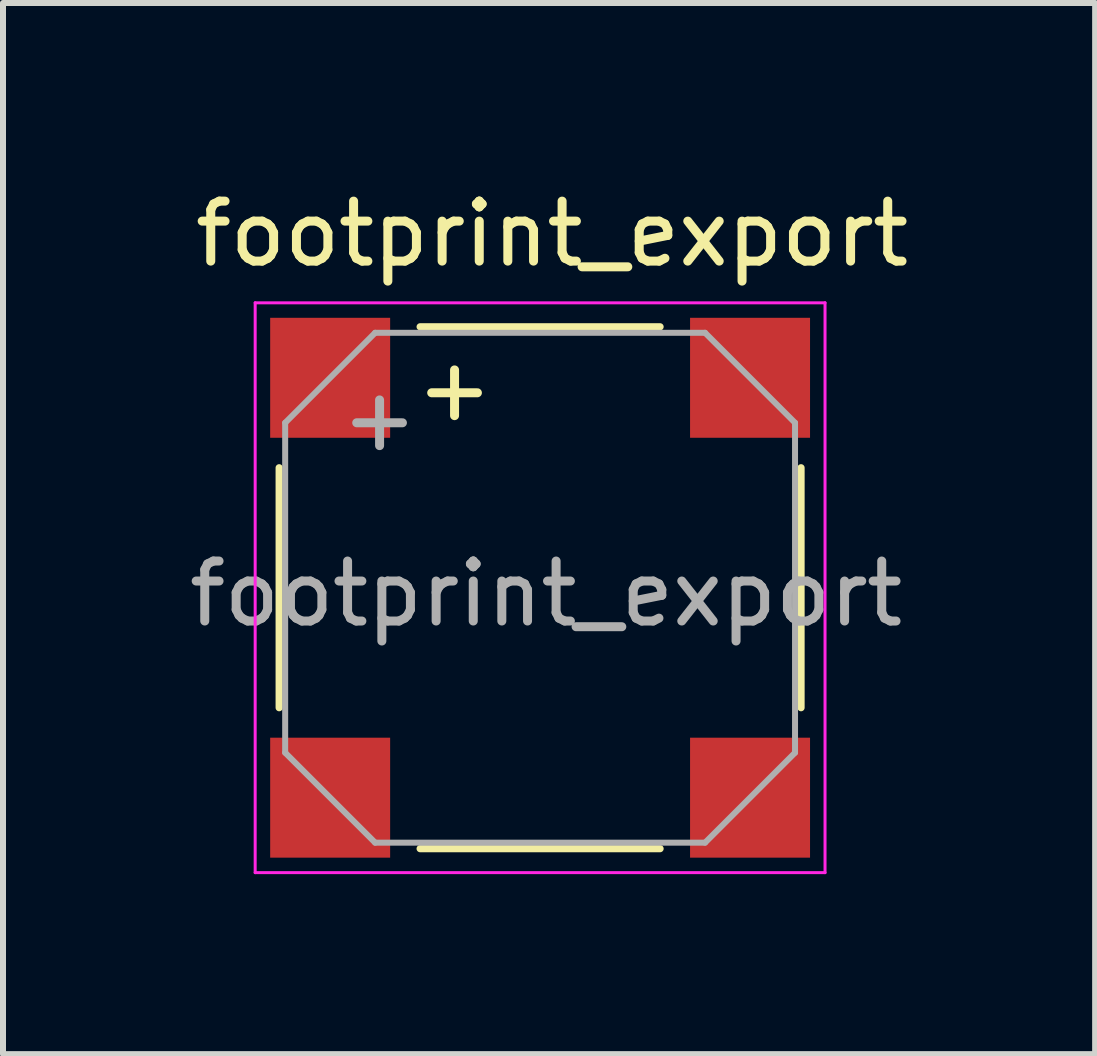
<source format=kicad_pcb>
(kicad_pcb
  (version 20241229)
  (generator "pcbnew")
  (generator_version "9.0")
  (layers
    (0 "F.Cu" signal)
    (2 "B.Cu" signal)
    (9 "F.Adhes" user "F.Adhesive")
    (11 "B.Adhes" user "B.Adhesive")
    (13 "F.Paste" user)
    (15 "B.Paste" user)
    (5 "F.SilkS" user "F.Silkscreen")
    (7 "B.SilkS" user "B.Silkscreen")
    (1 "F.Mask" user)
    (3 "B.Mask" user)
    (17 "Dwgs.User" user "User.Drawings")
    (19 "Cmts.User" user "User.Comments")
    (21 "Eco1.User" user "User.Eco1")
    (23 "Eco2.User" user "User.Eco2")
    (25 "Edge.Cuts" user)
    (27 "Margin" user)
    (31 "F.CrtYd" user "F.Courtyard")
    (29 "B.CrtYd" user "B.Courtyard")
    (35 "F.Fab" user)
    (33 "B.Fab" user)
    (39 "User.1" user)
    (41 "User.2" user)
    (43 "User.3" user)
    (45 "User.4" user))
  (footprint "footprint_export"
    (layer "F.Cu")
    (at 5.954 6.748)
    (property "Reference" "footprint_export" (at 0.2 -5.9 0) (layer "F.SilkS") (effects (font (size 1 1) (thickness 0.15))))
    (attr smd)
    (fp_line (start -4.35 -2) (end -4.35 2) (stroke (width 0.12) (type solid)) (layer "F.SilkS"))
    (fp_line (start -2 4.35) (end 2 4.35) (stroke (width 0.12) (type solid)) (layer "F.SilkS"))
    (fp_line (start 2 -4.35) (end -2 -4.35) (stroke (width 0.12) (type solid)) (layer "F.SilkS"))
    (fp_line (start 4.35 2) (end 4.35 -2) (stroke (width 0.12) (type solid)) (layer "F.SilkS"))
    (fp_line (start -4.75 -4.75) (end 4.75 -4.75) (stroke (width 0.05) (type solid)) (layer "F.CrtYd"))
    (fp_line (start -4.75 4.75) (end -4.75 -4.75) (stroke (width 0.05) (type solid)) (layer "F.CrtYd"))
    (fp_line (start 4.75 -4.75) (end 4.75 4.75) (stroke (width 0.05) (type solid)) (layer "F.CrtYd"))
    (fp_line (start 4.75 4.75) (end -4.75 4.75) (stroke (width 0.05) (type solid)) (layer "F.CrtYd"))
    (fp_line (start -4.25 -2.75) (end -2.75 -4.25) (stroke (width 0.1) (type solid)) (layer "F.Fab"))
    (fp_line (start -4.25 2.75) (end -4.25 -2.75) (stroke (width 0.1) (type solid)) (layer "F.Fab"))
    (fp_line (start -2.75 -4.25) (end 2.75 -4.25) (stroke (width 0.1) (type solid)) (layer "F.Fab"))
    (fp_line (start -2.75 4.25) (end -4.25 2.75) (stroke (width 0.1) (type solid)) (layer "F.Fab"))
    (fp_line (start 2.75 -4.25) (end 4.25 -2.75) (stroke (width 0.1) (type solid)) (layer "F.Fab"))
    (fp_line (start 2.75 4.25) (end -2.75 4.25) (stroke (width 0.1) (type solid)) (layer "F.Fab"))
    (fp_line (start 4.25 -2.75) (end 4.25 2.75) (stroke (width 0.1) (type solid)) (layer "F.Fab"))
    (fp_line (start 4.25 2.75) (end 2.75 4.25) (stroke (width 0.1) (type solid)) (layer "F.Fab"))
    (fp_text user "+" (at -1.5 -3.25 270) (layer "F.SilkS") (effects (font (size 1 1) (thickness 0.15))))
    (fp_text user "${REFERENCE}" (at 0.1 0.1 0) (layer "F.Fab") (effects (font (size 1 1) (thickness 0.15))))
    (fp_text user "+" (at -2.75 -2.75 270) (layer "F.Fab") (effects (font (size 1 1) (thickness 0.15))))
    (pad "1" smd rect (at -3.5 -3.5 270) (size 2 2) (layers "F.Cu" "F.Mask" "F.Paste"))
    (pad "2" smd rect (at -3.5 3.5 270) (size 2 2) (layers "F.Cu" "F.Mask" "F.Paste"))
    (pad "3" smd rect (at 3.5 3.5 270) (size 2 2) (layers "F.Cu" "F.Mask" "F.Paste"))
    (pad "4" smd rect (at 3.5 -3.5 270) (size 2 2) (layers "F.Cu" "F.Mask" "F.Paste")))
  (gr_rect
    (start -3 -3)
    (end 15.207 14.523)
    (stroke (width 0.1) (type default))
    (fill no)
    (layer "Edge.Cuts")))
</source>
